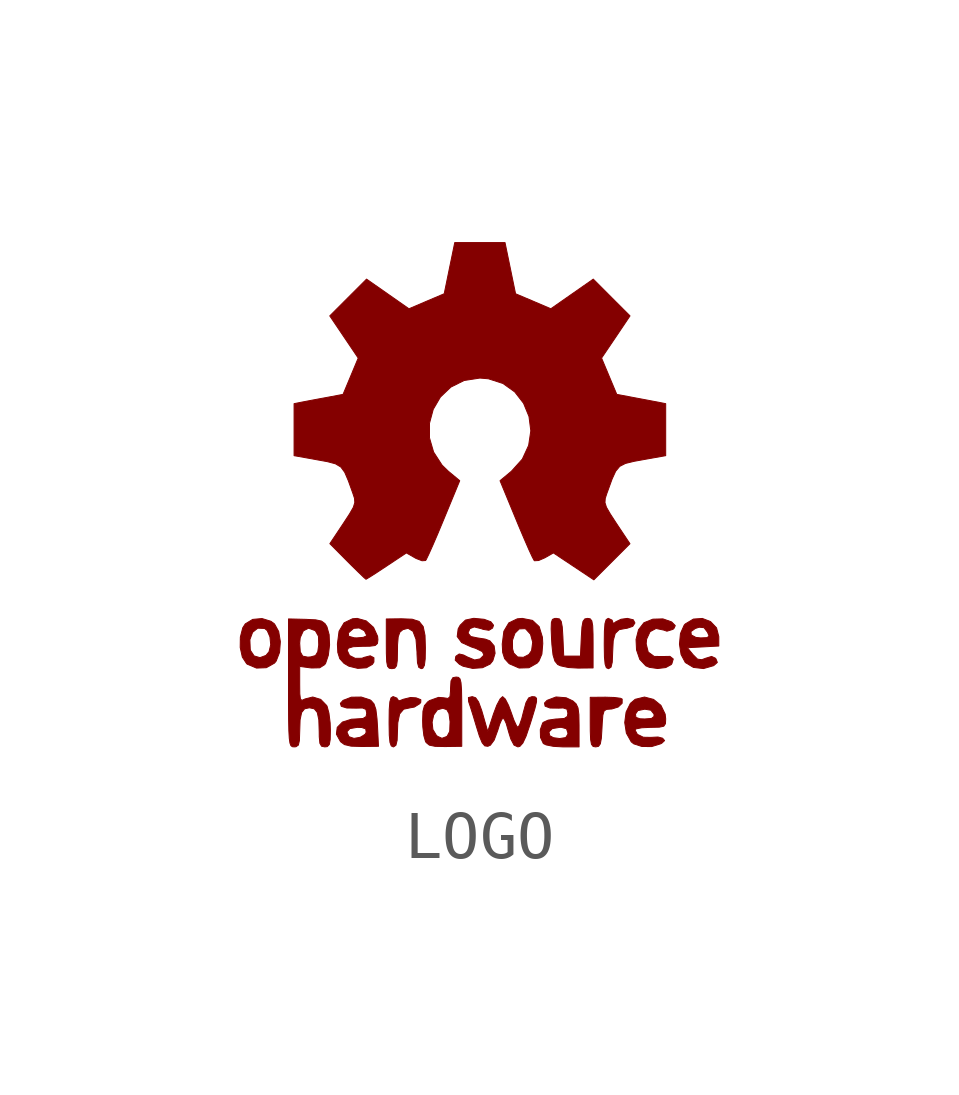
<source format=kicad_sym>
(kicad_symbol_lib
  (version 20210619)
  (generator bitmap2component)
  (symbol "LOGO"
    (pin_names
      (offset 1.016))
    (property "Reference" "#G"
      (at 0 4.608 0)
      (effects (font (size 1.27 1.27)) hide))
    (symbol "LOGO_0_0"
      (polyline (pts (xy -3.153 -5.295) (xy -3.111 -5.253) (xy -3.092 -5.149) (xy -3.088 -4.955) (xy -3.093 -4.803) (xy -3.118 -4.599) (xy -3.156 -4.458) (xy -3.166 -4.438) (xy -3.29 -4.311) (xy -3.456 -4.261) (xy -3.621 -4.303) (xy -3.629 -4.308) (xy -3.683 -4.331) (xy -3.713 -4.301) (xy -3.726 -4.196) (xy -3.728 -3.997) (xy -3.728 -3.623) (xy -3.507 -3.653) (xy -3.48 -3.656) (xy -3.311 -3.652) (xy -3.208 -3.587) (xy -3.187 -3.557) (xy -3.131 -3.391) (xy -3.105 -3.176) (xy -3.114 -2.961) (xy -3.16 -2.796) (xy -3.201 -2.731) (xy -3.273 -2.678) (xy -3.394 -2.652) (xy -3.599 -2.642) (xy -3.961 -2.633) (xy -3.961 -3.138) (xy -3.728 -3.138) (xy -3.717 -3.024) (xy -3.652 -2.882) (xy -3.545 -2.827) (xy -3.412 -2.874) (xy -3.398 -2.885) (xy -3.337 -2.993) (xy -3.331 -3.177) (xy -3.351 -3.318) (xy -3.399 -3.397) (xy -3.498 -3.425) (xy -3.558 -3.43) (xy -3.665 -3.409) (xy -3.716 -3.319) (xy -3.728 -3.138) (xy -3.961 -3.138) (xy -3.961 -3.988) (xy -3.961 -4.411) (xy -3.959 -4.731) (xy -3.954 -4.964) (xy -3.945 -5.123) (xy -3.931 -5.222) (xy -3.911 -5.275) (xy -3.882 -5.297) (xy -3.845 -5.301) (xy -3.806 -5.298) (xy -3.756 -5.264) (xy -3.734 -5.169) (xy -3.728 -4.986) (xy -3.72 -4.738) (xy -3.688 -4.585) (xy -3.626 -4.507) (xy -3.525 -4.486) (xy -3.424 -4.507) (xy -3.361 -4.584) (xy -3.329 -4.737) (xy -3.321 -4.986) (xy -3.32 -5.091) (xy -3.307 -5.226) (xy -3.272 -5.287) (xy -3.204 -5.301) (xy -3.153 -5.295)) (stroke (width 0.01)) (fill (type outline)))
      (polyline (pts (xy -2.085 -5.289) (xy -2.107 -4.852) (xy -2.116 -4.715) (xy -2.139 -4.522) (xy -2.179 -4.404) (xy -2.241 -4.334) (xy -2.261 -4.321) (xy -2.443 -4.262) (xy -2.651 -4.265) (xy -2.823 -4.331) (xy -2.88 -4.393) (xy -2.861 -4.455) (xy -2.747 -4.49) (xy -2.55 -4.493) (xy -2.418 -4.49) (xy -2.347 -4.519) (xy -2.33 -4.598) (xy -2.343 -4.669) (xy -2.409 -4.709) (xy -2.559 -4.719) (xy -2.648 -4.724) (xy -2.836 -4.783) (xy -2.945 -4.894) (xy -2.957 -4.987) (xy -2.744 -4.987) (xy -2.682 -4.92) (xy -2.53 -4.894) (xy -2.434 -4.897) (xy -2.351 -4.926) (xy -2.341 -4.995) (xy -2.364 -5.039) (xy -2.466 -5.101) (xy -2.596 -5.124) (xy -2.696 -5.09) (xy -2.704 -5.082) (xy -2.744 -4.987) (xy -2.957 -4.987) (xy -2.962 -5.037) (xy -2.876 -5.193) (xy -2.795 -5.253) (xy -2.656 -5.286) (xy -2.433 -5.293) (xy -2.085 -5.289)) (stroke (width 0.01)) (fill (type outline)))
      (polyline (pts (xy -1.771 -5.301) (xy -1.722 -5.268) (xy -1.696 -5.163) (xy -1.689 -4.963) (xy -1.683 -4.799) (xy -1.644 -4.614) (xy -1.56 -4.515) (xy -1.423 -4.486) (xy -1.338 -4.471) (xy -1.225 -4.401) (xy -1.204 -4.373) (xy -1.202 -4.317) (xy -1.3 -4.279) (xy -1.416 -4.271) (xy -1.567 -4.308) (xy -1.649 -4.341) (xy -1.689 -4.313) (xy -1.699 -4.285) (xy -1.777 -4.253) (xy -1.783 -4.253) (xy -1.824 -4.279) (xy -1.848 -4.362) (xy -1.861 -4.521) (xy -1.864 -4.777) (xy -1.864 -4.815) (xy -1.86 -5.058) (xy -1.846 -5.206) (xy -1.819 -5.281) (xy -1.777 -5.301) (xy -1.771 -5.301)) (stroke (width 0.01)) (fill (type outline)))
      (polyline (pts (xy -0.349 -5.289) (xy -0.349 -4.567) (xy -0.35 -4.329) (xy -0.354 -4.104) (xy -0.365 -3.962) (xy -0.385 -3.884) (xy -0.417 -3.852) (xy -0.466 -3.845) (xy -0.534 -3.858) (xy -0.573 -3.926) (xy -0.583 -4.079) (xy -0.583 -4.132) (xy -0.594 -4.252) (xy -0.635 -4.291) (xy -0.729 -4.277) (xy -0.834 -4.269) (xy -1.02 -4.335) (xy -1.06 -4.364) (xy -1.127 -4.441) (xy -1.158 -4.558) (xy -1.165 -4.753) (xy -1.164 -4.786) (xy -0.967 -4.786) (xy -0.934 -4.636) (xy -0.857 -4.528) (xy -0.743 -4.496) (xy -0.66 -4.526) (xy -0.615 -4.606) (xy -0.593 -4.771) (xy -0.593 -4.784) (xy -0.6 -4.978) (xy -0.652 -5.076) (xy -0.673 -5.089) (xy -0.762 -5.122) (xy -0.851 -5.082) (xy -0.877 -5.062) (xy -0.951 -4.939) (xy -0.967 -4.786) (xy -1.164 -4.786) (xy -1.161 -4.882) (xy -1.139 -5.068) (xy -1.105 -5.187) (xy -1.09 -5.212) (xy -1.024 -5.265) (xy -0.903 -5.29) (xy -0.698 -5.294) (xy -0.349 -5.289)) (stroke (width 0.01)) (fill (type outline)))
      (polyline (pts (xy 0.863 -5.29) (xy 0.925 -5.221) (xy 0.993 -5.075) (xy 1.075 -4.832) (xy 1.112 -4.714) (xy 1.178 -4.495) (xy 1.21 -4.36) (xy 1.21 -4.287) (xy 1.178 -4.258) (xy 1.116 -4.253) (xy 1.046 -4.28) (xy 0.99 -4.38) (xy 0.937 -4.573) (xy 0.903 -4.708) (xy 0.857 -4.842) (xy 0.822 -4.894) (xy 0.793 -4.862) (xy 0.739 -4.746) (xy 0.678 -4.573) (xy 0.627 -4.436) (xy 0.559 -4.304) (xy 0.503 -4.253) (xy 0.452 -4.3) (xy 0.382 -4.431) (xy 0.312 -4.617) (xy 0.193 -4.981) (xy 0.089 -4.617) (xy 0.065 -4.536) (xy 0.002 -4.364) (xy -0.059 -4.277) (xy -0.13 -4.253) (xy -0.21 -4.273) (xy -0.206 -4.355) (xy -0.204 -4.362) (xy -0.166 -4.476) (xy -0.108 -4.661) (xy -0.042 -4.881) (xy 0.019 -5.077) (xy 0.077 -5.216) (xy 0.131 -5.28) (xy 0.195 -5.289) (xy 0.248 -5.266) (xy 0.327 -5.159) (xy 0.403 -4.952) (xy 0.442 -4.827) (xy 0.49 -4.718) (xy 0.532 -4.712) (xy 0.578 -4.813) (xy 0.639 -5.025) (xy 0.675 -5.139) (xy 0.741 -5.264) (xy 0.821 -5.301) (xy 0.863 -5.29)) (stroke (width 0.01)) (fill (type outline)))
      (polyline (pts (xy 2.097 -4.851) (xy 2.093 -4.628) (xy 2.075 -4.489) (xy 2.035 -4.404) (xy 1.968 -4.343) (xy 1.828 -4.277) (xy 1.617 -4.26) (xy 1.43 -4.331) (xy 1.376 -4.387) (xy 1.389 -4.452) (xy 1.492 -4.491) (xy 1.674 -4.493) (xy 1.765 -4.489) (xy 1.845 -4.515) (xy 1.864 -4.598) (xy 1.853 -4.665) (xy 1.79 -4.708) (xy 1.643 -4.719) (xy 1.611 -4.72) (xy 1.453 -4.743) (xy 1.352 -4.789) (xy 1.338 -4.804) (xy 1.289 -4.941) (xy 1.29 -4.99) (xy 1.469 -4.99) (xy 1.538 -4.92) (xy 1.693 -4.894) (xy 1.732 -4.894) (xy 1.836 -4.924) (xy 1.864 -5.01) (xy 1.863 -5.037) (xy 1.819 -5.107) (xy 1.693 -5.127) (xy 1.564 -5.11) (xy 1.486 -5.068) (xy 1.469 -4.99) (xy 1.29 -4.99) (xy 1.293 -5.105) (xy 1.352 -5.231) (xy 1.411 -5.26) (xy 1.563 -5.29) (xy 1.759 -5.301) (xy 2.097 -5.301) (xy 2.097 -4.851)) (stroke (width 0.01)) (fill (type outline)))
      (polyline (pts (xy 2.502 -5.29) (xy 2.54 -5.238) (xy 2.562 -5.119) (xy 2.575 -4.908) (xy 2.58 -4.805) (xy 2.593 -4.639) (xy 2.619 -4.552) (xy 2.669 -4.519) (xy 2.756 -4.512) (xy 2.779 -4.511) (xy 2.912 -4.47) (xy 2.995 -4.392) (xy 2.996 -4.304) (xy 2.959 -4.287) (xy 2.831 -4.271) (xy 2.65 -4.265) (xy 2.33 -4.268) (xy 2.33 -4.785) (xy 2.331 -4.971) (xy 2.338 -5.149) (xy 2.356 -5.248) (xy 2.39 -5.292) (xy 2.444 -5.301) (xy 2.502 -5.29)) (stroke (width 0.01)) (fill (type outline)))
      (polyline (pts (xy 3.798 -5.237) (xy 3.822 -5.224) (xy 3.88 -5.17) (xy 3.838 -5.12) (xy 3.742 -5.095) (xy 3.595 -5.103) (xy 3.592 -5.103) (xy 3.437 -5.1) (xy 3.313 -5.04) (xy 3.262 -4.945) (xy 3.291 -4.924) (xy 3.407 -4.902) (xy 3.583 -4.894) (xy 3.591 -4.894) (xy 3.771 -4.89) (xy 3.863 -4.87) (xy 3.898 -4.818) (xy 3.903 -4.716) (xy 3.892 -4.618) (xy 3.804 -4.436) (xy 3.65 -4.311) (xy 3.461 -4.262) (xy 3.267 -4.309) (xy 3.167 -4.394) (xy 3.078 -4.575) (xy 3.072 -4.617) (xy 3.273 -4.617) (xy 3.323 -4.544) (xy 3.466 -4.515) (xy 3.594 -4.536) (xy 3.659 -4.617) (xy 3.66 -4.666) (xy 3.608 -4.708) (xy 3.466 -4.719) (xy 3.365 -4.715) (xy 3.283 -4.686) (xy 3.273 -4.617) (xy 3.072 -4.617) (xy 3.049 -4.794) (xy 3.083 -5.014) (xy 3.185 -5.196) (xy 3.238 -5.238) (xy 3.408 -5.293) (xy 3.612 -5.294) (xy 3.798 -5.237)) (stroke (width 0.01)) (fill (type outline)))
      (polyline (pts (xy -4.424 -3.65) (xy -4.253 -3.554) (xy -4.218 -3.511) (xy -4.148 -3.33) (xy -4.131 -3.108) (xy -4.166 -2.895) (xy -4.253 -2.738) (xy -4.328 -2.682) (xy -4.514 -2.625) (xy -4.708 -2.643) (xy -4.862 -2.736) (xy -4.915 -2.818) (xy -4.965 -3.011) (xy -4.966 -3.066) (xy -4.767 -3.066) (xy -4.71 -2.912) (xy -4.603 -2.826) (xy -4.46 -2.832) (xy -4.405 -2.876) (xy -4.348 -3.008) (xy -4.332 -3.171) (xy -4.367 -3.317) (xy -4.431 -3.394) (xy -4.556 -3.44) (xy -4.678 -3.405) (xy -4.753 -3.292) (xy -4.759 -3.265) (xy -4.767 -3.066) (xy -4.966 -3.066) (xy -4.968 -3.229) (xy -4.924 -3.429) (xy -4.835 -3.565) (xy -4.821 -3.577) (xy -4.628 -3.658) (xy -4.424 -3.65)) (stroke (width 0.01)) (fill (type outline)))
      (polyline (pts (xy -2.338 -3.652) (xy -2.212 -3.58) (xy -2.181 -3.532) (xy -2.18 -3.442) (xy -2.257 -3.402) (xy -2.382 -3.434) (xy -2.429 -3.453) (xy -2.571 -3.455) (xy -2.689 -3.395) (xy -2.738 -3.289) (xy -2.712 -3.241) (xy -2.612 -3.212) (xy -2.418 -3.204) (xy -2.267 -3.202) (xy -2.154 -3.187) (xy -2.107 -3.145) (xy -2.097 -3.066) (xy -2.104 -2.995) (xy -2.188 -2.81) (xy -2.341 -2.674) (xy -2.529 -2.622) (xy -2.627 -2.63) (xy -2.802 -2.714) (xy -2.907 -2.889) (xy -2.912 -2.926) (xy -2.714 -2.926) (xy -2.608 -2.833) (xy -2.602 -2.829) (xy -2.488 -2.821) (xy -2.379 -2.88) (xy -2.33 -2.978) (xy -2.333 -2.986) (xy -2.402 -3.017) (xy -2.539 -3.029) (xy -2.591 -3.027) (xy -2.707 -2.994) (xy -2.714 -2.926) (xy -2.912 -2.926) (xy -2.942 -3.157) (xy -2.933 -3.332) (xy -2.892 -3.462) (xy -2.804 -3.559) (xy -2.702 -3.619) (xy -2.517 -3.664) (xy -2.338 -3.652)) (stroke (width 0.01)) (fill (type outline)))
      (polyline (pts (xy -1.161 -3.661) (xy -1.128 -3.601) (xy -1.111 -3.467) (xy -1.107 -3.237) (xy -1.115 -2.976) (xy -1.153 -2.793) (xy -1.237 -2.687) (xy -1.382 -2.639) (xy -1.604 -2.63) (xy -1.922 -2.634) (xy -1.922 -3.152) (xy -1.921 -3.35) (xy -1.914 -3.524) (xy -1.896 -3.62) (xy -1.861 -3.661) (xy -1.806 -3.67) (xy -1.746 -3.66) (xy -1.709 -3.611) (xy -1.693 -3.498) (xy -1.689 -3.293) (xy -1.688 -3.172) (xy -1.674 -3.006) (xy -1.64 -2.91) (xy -1.577 -2.857) (xy -1.468 -2.828) (xy -1.366 -2.891) (xy -1.303 -3.058) (xy -1.282 -3.325) (xy -1.282 -3.36) (xy -1.272 -3.547) (xy -1.245 -3.643) (xy -1.194 -3.67) (xy -1.161 -3.661)) (stroke (width 0.01)) (fill (type outline)))
      (polyline (pts (xy 0.085 -3.65) (xy 0.243 -3.574) (xy 0.299 -3.504) (xy 0.346 -3.349) (xy 0.326 -3.195) (xy 0.237 -3.09) (xy 0.141 -3.054) (xy -0.022 -3.029) (xy -0.022 -3.029) (xy -0.16 -3) (xy -0.219 -2.928) (xy -0.18 -2.837) (xy -0.178 -2.835) (xy -0.089 -2.8) (xy 0.057 -2.836) (xy 0.098 -2.851) (xy 0.218 -2.87) (xy 0.293 -2.824) (xy 0.314 -2.765) (xy 0.257 -2.692) (xy 0.118 -2.641) (xy -0.082 -2.622) (xy -0.108 -2.622) (xy -0.272 -2.657) (xy -0.382 -2.764) (xy -0.424 -2.841) (xy -0.444 -3) (xy -0.351 -3.126) (xy -0.148 -3.218) (xy -0.063 -3.245) (xy 0.081 -3.315) (xy 0.113 -3.387) (xy 0.036 -3.464) (xy 0.03 -3.467) (xy -0.08 -3.489) (xy -0.231 -3.427) (xy -0.309 -3.386) (xy -0.402 -3.364) (xy -0.466 -3.407) (xy -0.475 -3.42) (xy -0.485 -3.494) (xy -0.398 -3.578) (xy -0.322 -3.619) (xy -0.121 -3.665) (xy 0.085 -3.65)) (stroke (width 0.01)) (fill (type outline)))
      (polyline (pts (xy 1.051 -3.651) (xy 1.223 -3.554) (xy 1.26 -3.511) (xy 1.322 -3.366) (xy 1.34 -3.146) (xy 1.333 -3.014) (xy 1.265 -2.794) (xy 1.126 -2.664) (xy 0.912 -2.622) (xy 0.809 -2.631) (xy 0.633 -2.715) (xy 0.529 -2.89) (xy 0.505 -3.08) (xy 0.708 -3.08) (xy 0.759 -2.932) (xy 0.85 -2.841) (xy 0.967 -2.836) (xy 0.986 -2.844) (xy 1.085 -2.953) (xy 1.13 -3.118) (xy 1.107 -3.292) (xy 1.052 -3.374) (xy 0.936 -3.434) (xy 0.816 -3.427) (xy 0.735 -3.345) (xy 0.71 -3.256) (xy 0.708 -3.08) (xy 0.505 -3.08) (xy 0.495 -3.157) (xy 0.504 -3.332) (xy 0.545 -3.462) (xy 0.633 -3.559) (xy 0.651 -3.572) (xy 0.847 -3.657) (xy 1.051 -3.651)) (stroke (width 0.01)) (fill (type outline)))
      (polyline (pts (xy 2.389 -3.655) (xy 2.389 -3.138) (xy 2.388 -2.952) (xy 2.381 -2.774) (xy 2.363 -2.674) (xy 2.329 -2.631) (xy 2.275 -2.622) (xy 2.217 -2.633) (xy 2.179 -2.685) (xy 2.157 -2.804) (xy 2.144 -3.015) (xy 2.126 -3.408) (xy 1.777 -3.408) (xy 1.76 -3.015) (xy 1.76 -3.012) (xy 1.747 -2.803) (xy 1.725 -2.685) (xy 1.687 -2.633) (xy 1.622 -2.622) (xy 1.59 -2.623) (xy 1.542 -2.643) (xy 1.52 -2.708) (xy 1.515 -2.84) (xy 1.524 -3.064) (xy 1.531 -3.175) (xy 1.554 -3.384) (xy 1.593 -3.512) (xy 1.652 -3.584) (xy 1.711 -3.611) (xy 1.874 -3.646) (xy 2.073 -3.658) (xy 2.389 -3.655)) (stroke (width 0.01)) (fill (type outline)))
      (polyline (pts (xy 2.714 -3.67) (xy 2.764 -3.638) (xy 2.789 -3.534) (xy 2.797 -3.335) (xy 2.797 -3.332) (xy 2.809 -3.087) (xy 2.851 -2.935) (xy 2.933 -2.857) (xy 3.067 -2.831) (xy 3.094 -2.829) (xy 3.216 -2.788) (xy 3.262 -2.717) (xy 3.227 -2.651) (xy 3.104 -2.622) (xy 2.973 -2.64) (xy 2.866 -2.691) (xy 2.814 -2.732) (xy 2.796 -2.691) (xy 2.786 -2.659) (xy 2.709 -2.622) (xy 2.703 -2.622) (xy 2.662 -2.648) (xy 2.637 -2.731) (xy 2.625 -2.89) (xy 2.622 -3.146) (xy 2.622 -3.184) (xy 2.626 -3.426) (xy 2.64 -3.575) (xy 2.666 -3.65) (xy 2.709 -3.67) (xy 2.714 -3.67)) (stroke (width 0.01)) (fill (type outline)))
      (polyline (pts (xy 3.904 -3.647) (xy 4.018 -3.585) (xy 4.032 -3.566) (xy 4.061 -3.468) (xy 3.992 -3.414) (xy 3.843 -3.417) (xy 3.662 -3.415) (xy 3.539 -3.324) (xy 3.496 -3.153) (xy 3.506 -3.053) (xy 3.577 -2.899) (xy 3.702 -2.832) (xy 3.863 -2.866) (xy 3.929 -2.889) (xy 4.053 -2.851) (xy 4.075 -2.832) (xy 4.103 -2.773) (xy 4.035 -2.703) (xy 4.023 -2.694) (xy 3.845 -2.632) (xy 3.636 -2.638) (xy 3.453 -2.711) (xy 3.45 -2.712) (xy 3.337 -2.858) (xy 3.285 -3.061) (xy 3.295 -3.28) (xy 3.363 -3.477) (xy 3.489 -3.611) (xy 3.562 -3.642) (xy 3.735 -3.667) (xy 3.904 -3.647)) (stroke (width 0.01)) (fill (type outline)))
      (polyline (pts (xy 4.901 -3.608) (xy 4.907 -3.604) (xy 4.98 -3.54) (xy 4.951 -3.466) (xy 4.938 -3.451) (xy 4.86 -3.415) (xy 4.737 -3.453) (xy 4.656 -3.483) (xy 4.567 -3.472) (xy 4.472 -3.377) (xy 4.355 -3.233) (xy 4.683 -3.216) (xy 5.01 -3.198) (xy 5.01 -3.001) (xy 4.963 -2.819) (xy 4.838 -2.688) (xy 4.667 -2.623) (xy 4.481 -2.636) (xy 4.311 -2.738) (xy 4.288 -2.764) (xy 4.229 -2.897) (xy 4.429 -2.897) (xy 4.52 -2.832) (xy 4.601 -2.806) (xy 4.702 -2.815) (xy 4.777 -2.913) (xy 4.777 -2.914) (xy 4.807 -2.99) (xy 4.767 -3.023) (xy 4.633 -3.029) (xy 4.532 -3.018) (xy 4.437 -2.967) (xy 4.429 -2.897) (xy 4.229 -2.897) (xy 4.211 -2.939) (xy 4.19 -3.159) (xy 4.224 -3.376) (xy 4.313 -3.543) (xy 4.314 -3.543) (xy 4.481 -3.644) (xy 4.692 -3.668) (xy 4.901 -3.608)) (stroke (width 0.01)) (fill (type outline)))
      (polyline (pts (xy 3.158 -1.065) (xy 2.879 -0.646) (xy 2.747 -0.443) (xy 2.668 -0.306) (xy 2.637 -0.208) (xy 2.643 -0.12) (xy 2.678 -0.012) (xy 2.697 0.039) (xy 2.786 0.284) (xy 2.86 0.446) (xy 2.945 0.548) (xy 3.064 0.609) (xy 3.244 0.653) (xy 3.51 0.701) (xy 3.903 0.771) (xy 3.903 1.855) (xy 3.743 1.887) (xy 3.646 1.905) (xy 3.451 1.942) (xy 3.233 1.983) (xy 2.883 2.049) (xy 2.566 2.806) (xy 2.863 3.245) (xy 3.159 3.685) (xy 2.776 4.068) (xy 2.393 4.452) (xy 1.508 3.834) (xy 1.141 3.991) (xy 0.773 4.147) (xy 0.553 5.214) (xy -0.495 5.214) (xy -0.715 4.147) (xy -1.082 3.991) (xy -1.45 3.834) (xy -2.334 4.452) (xy -2.718 4.068) (xy -3.101 3.685) (xy -2.804 3.245) (xy -2.508 2.806) (xy -2.666 2.427) (xy -2.824 2.049) (xy -3.174 1.983) (xy -3.332 1.954) (xy -3.539 1.915) (xy -3.685 1.887) (xy -3.845 1.855) (xy -3.845 0.771) (xy -3.452 0.701) (xy -3.4 0.691) (xy -3.15 0.646) (xy -2.982 0.601) (xy -2.87 0.534) (xy -2.789 0.424) (xy -2.714 0.249) (xy -2.62 -0.012) (xy -2.585 -0.118) (xy -2.579 -0.207) (xy -2.609 -0.305) (xy -2.687 -0.441) (xy -2.82 -0.645) (xy -3.099 -1.064) (xy -2.731 -1.435) (xy -2.65 -1.516) (xy -2.499 -1.664) (xy -2.391 -1.768) (xy -2.346 -1.806) (xy -2.336 -1.801) (xy -2.253 -1.751) (xy -2.105 -1.656) (xy -1.916 -1.531) (xy -1.503 -1.257) (xy -1.325 -1.359) (xy -1.302 -1.372) (xy -1.177 -1.42) (xy -1.103 -1.415) (xy -1.09 -1.396) (xy -1.036 -1.284) (xy -0.951 -1.094) (xy -0.844 -0.846) (xy -0.725 -0.56) (xy -0.391 0.249) (xy -0.628 0.446) (xy -0.759 0.573) (xy -0.936 0.846) (xy -1.022 1.143) (xy -1.022 1.446) (xy -0.944 1.736) (xy -0.794 1.993) (xy -0.577 2.2) (xy -0.301 2.338) (xy 0.029 2.389) (xy 0.207 2.374) (xy 0.51 2.276) (xy 0.756 2.1) (xy 0.939 1.864) (xy 1.053 1.587) (xy 1.091 1.289) (xy 1.046 0.986) (xy 0.914 0.699) (xy 0.686 0.446) (xy 0.449 0.249) (xy 0.783 -0.56) (xy 0.84 -0.698) (xy 0.955 -0.969) (xy 1.052 -1.192) (xy 1.124 -1.347) (xy 1.161 -1.415) (xy 1.168 -1.42) (xy 1.254 -1.415) (xy 1.383 -1.359) (xy 1.562 -1.257) (xy 2.405 -1.818) (xy 3.158 -1.065)) (stroke (width 0.01)) (fill (type outline))))))
</source>
